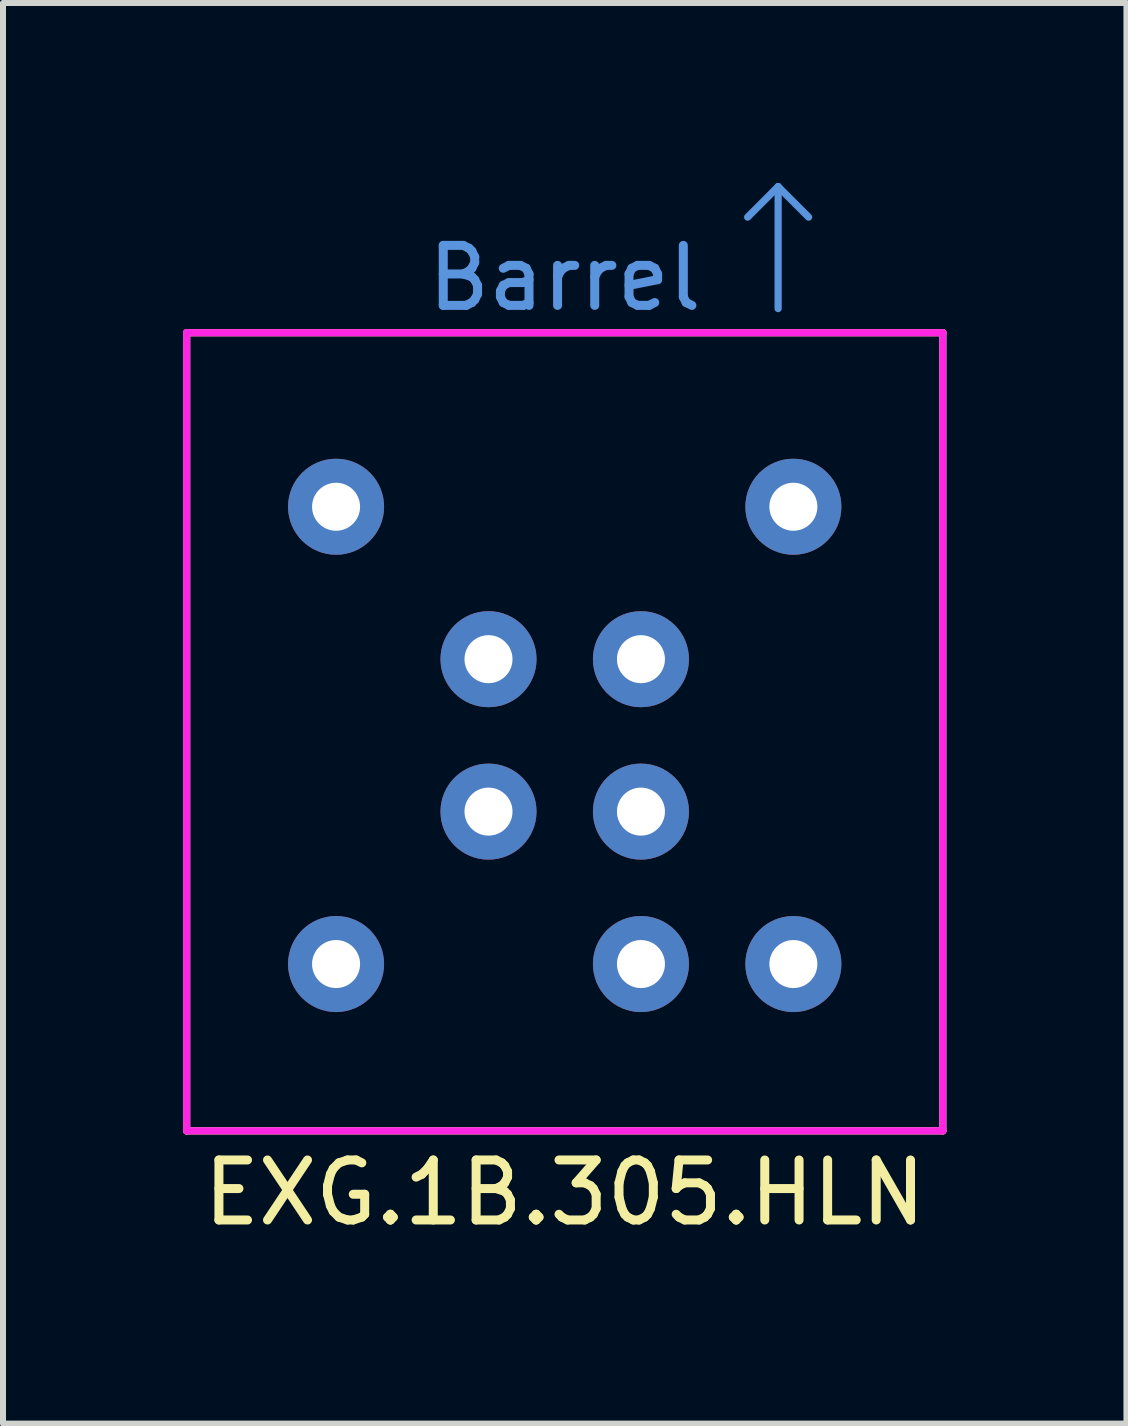
<source format=kicad_pcb>
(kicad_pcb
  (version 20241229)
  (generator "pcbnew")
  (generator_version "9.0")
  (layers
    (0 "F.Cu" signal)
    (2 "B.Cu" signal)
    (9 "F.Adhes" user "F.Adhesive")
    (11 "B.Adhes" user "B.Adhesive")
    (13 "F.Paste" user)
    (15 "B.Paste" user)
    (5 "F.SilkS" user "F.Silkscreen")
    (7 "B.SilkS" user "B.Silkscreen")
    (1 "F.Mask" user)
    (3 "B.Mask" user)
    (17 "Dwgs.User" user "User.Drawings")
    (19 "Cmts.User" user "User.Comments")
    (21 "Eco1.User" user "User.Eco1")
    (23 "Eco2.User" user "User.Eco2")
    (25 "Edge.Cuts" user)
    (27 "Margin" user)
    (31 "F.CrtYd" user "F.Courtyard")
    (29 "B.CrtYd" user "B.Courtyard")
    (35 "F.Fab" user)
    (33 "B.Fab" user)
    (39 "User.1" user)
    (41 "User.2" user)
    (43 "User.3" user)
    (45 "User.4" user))
  (footprint "EXG.1B.305.HLN"
    (layer "F.Cu")
    (at 6.36 9.204)
    (property "Reference" "EXG.1B.305.HLN" (at 0 7.62 0) (layer "F.SilkS") (effects (font (size 1 1) (thickness 0.15))))
    (attr through_hole)
    (fp_line (start -6.3 -6.71) (end -6.3 6.59) (stroke (width 0.12) (type solid)) (layer "F.SilkS"))
    (fp_line (start -6.3 -6.71) (end 6.3 -6.71) (stroke (width 0.12) (type solid)) (layer "F.SilkS"))
    (fp_line (start -6.3 6.59) (end 6.3 6.59) (stroke (width 0.12) (type solid)) (layer "F.SilkS"))
    (fp_line (start 6.3 -6.71) (end 6.3 6.59) (stroke (width 0.12) (type solid)) (layer "F.SilkS"))
    (fp_line (start 3.556 -9.144) (end 3.048 -8.636) (stroke (width 0.12) (type solid)) (layer "Cmts.User"))
    (fp_line (start 3.556 -7.112) (end 3.556 -9.144) (stroke (width 0.12) (type solid)) (layer "Cmts.User"))
    (fp_line (start 4.064 -8.636) (end 3.556 -9.144) (stroke (width 0.12) (type solid)) (layer "Cmts.User"))
    (fp_line (start -6.3 -6.71) (end -6.3 6.59) (stroke (width 0.12) (type solid)) (layer "F.CrtYd"))
    (fp_line (start -6.3 -6.71) (end 6.3 -6.71) (stroke (width 0.12) (type solid)) (layer "F.CrtYd"))
    (fp_line (start -6.3 6.59) (end 6.3 6.59) (stroke (width 0.12) (type solid)) (layer "F.CrtYd"))
    (fp_line (start 6.3 -6.71) (end 6.3 6.59) (stroke (width 0.12) (type solid)) (layer "F.CrtYd"))
    (fp_text user "Barrel" (at 0 -7.62 0) (layer "Cmts.User") (effects (font (size 1 1) (thickness 0.15))))
    (pad "1" thru_hole circle (at 1.27 3.81) (size 1.6 1.6) (drill 0.8) (layers "*.Cu" "B.Mask"))
    (pad "2" thru_hole circle (at 1.27 1.27) (size 1.6 1.6) (drill 0.8) (layers "*.Cu" "B.Mask"))
    (pad "3" thru_hole circle (at 1.27 -1.27) (size 1.6 1.6) (drill 0.8) (layers "*.Cu" "B.Mask"))
    (pad "4" thru_hole circle (at -1.27 -1.27) (size 1.6 1.6) (drill 0.8) (layers "*.Cu" "B.Mask"))
    (pad "5" thru_hole circle (at -1.27 1.27) (size 1.6 1.6) (drill 0.8) (layers "*.Cu" "B.Mask"))
    (pad "6" thru_hole circle (at -3.81 -3.81) (size 1.6 1.6) (drill 0.8) (layers "*.Cu" "B.Mask"))
    (pad "6" thru_hole circle (at -3.81 3.81) (size 1.6 1.6) (drill 0.8) (layers "*.Cu" "B.Mask"))
    (pad "6" thru_hole circle (at 3.81 -3.81) (size 1.6 1.6) (drill 0.8) (layers "*.Cu" "B.Mask"))
    (pad "6" thru_hole circle (at 3.81 3.81) (size 1.6 1.6) (drill 0.8) (layers "*.Cu" "B.Mask")))
  (gr_rect
    (start -3 -3)
    (end 15.72 20.672)
    (stroke (width 0.1) (type default))
    (fill no)
    (layer "Edge.Cuts")))
</source>
